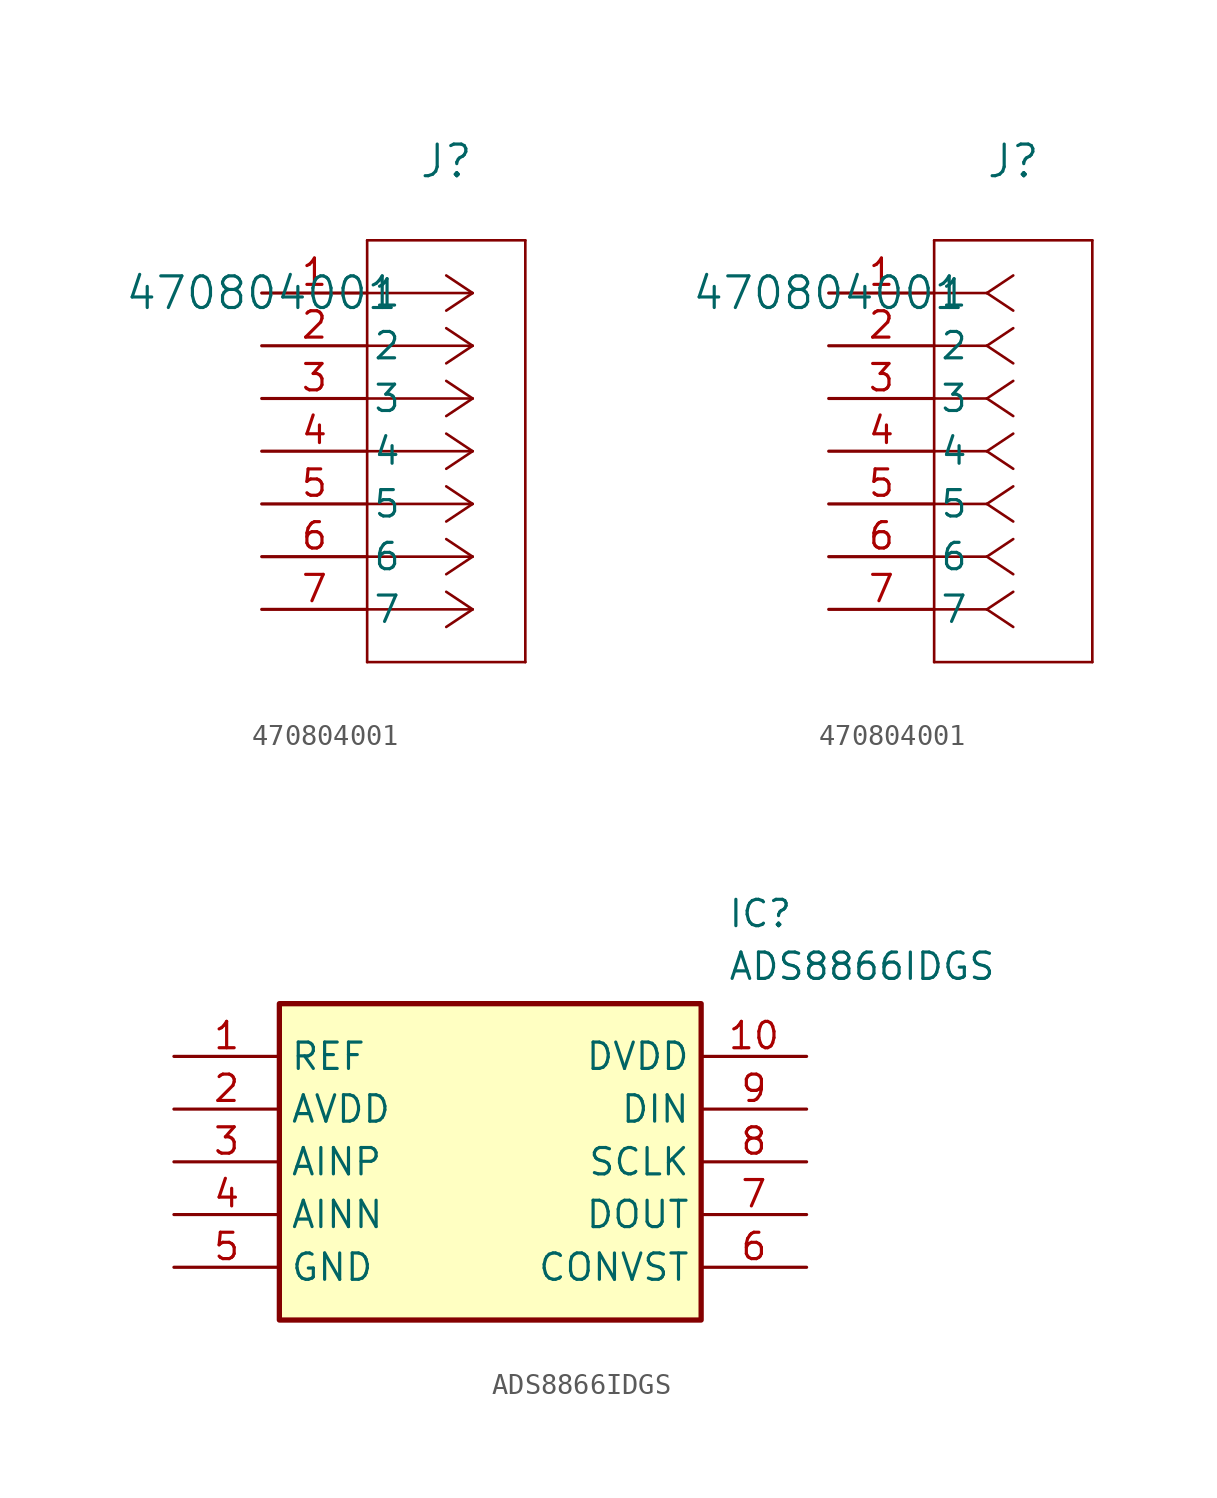
<source format=kicad_sym>
(kicad_symbol_lib
  (version 20220914)
  (generator kicad_symbol_editor)
  (symbol "470804001"
    (pin_names
      (offset 0.254))
    (property "Reference" "J"
      (at 8.89 6.35 0)
      (effects (font (size 1.524 1.524))))
    (property "Value" "470804001"
      (at 0 0 0)
      (effects (font (size 1.524 1.524))))
    (property "ki_locked" ""
      (at 0 0 0)
      (effects (font (size 1.27 1.27))))
    (symbol "470804001_1_1"
      (polyline (pts (xy 5.08 -17.78) (xy 12.7 -17.78)) (stroke (width 0.127) (type default)) (fill (type none)))
      (polyline (pts (xy 5.08 2.54) (xy 5.08 -17.78)) (stroke (width 0.127) (type default)) (fill (type none)))
      (polyline (pts (xy 10.16 -15.24) (xy 5.08 -15.24)) (stroke (width 0.127) (type default)) (fill (type none)))
      (polyline (pts (xy 10.16 -15.24) (xy 8.89 -16.087)) (stroke (width 0.127) (type default)) (fill (type none)))
      (polyline (pts (xy 10.16 -15.24) (xy 8.89 -14.393)) (stroke (width 0.127) (type default)) (fill (type none)))
      (polyline (pts (xy 10.16 -12.7) (xy 5.08 -12.7)) (stroke (width 0.127) (type default)) (fill (type none)))
      (polyline (pts (xy 10.16 -12.7) (xy 8.89 -13.547)) (stroke (width 0.127) (type default)) (fill (type none)))
      (polyline (pts (xy 10.16 -12.7) (xy 8.89 -11.853)) (stroke (width 0.127) (type default)) (fill (type none)))
      (polyline (pts (xy 10.16 -10.16) (xy 5.08 -10.16)) (stroke (width 0.127) (type default)) (fill (type none)))
      (polyline (pts (xy 10.16 -10.16) (xy 8.89 -11.007)) (stroke (width 0.127) (type default)) (fill (type none)))
      (polyline (pts (xy 10.16 -10.16) (xy 8.89 -9.313)) (stroke (width 0.127) (type default)) (fill (type none)))
      (polyline (pts (xy 10.16 -7.62) (xy 5.08 -7.62)) (stroke (width 0.127) (type default)) (fill (type none)))
      (polyline (pts (xy 10.16 -7.62) (xy 8.89 -8.467)) (stroke (width 0.127) (type default)) (fill (type none)))
      (polyline (pts (xy 10.16 -7.62) (xy 8.89 -6.773)) (stroke (width 0.127) (type default)) (fill (type none)))
      (polyline (pts (xy 10.16 -5.08) (xy 5.08 -5.08)) (stroke (width 0.127) (type default)) (fill (type none)))
      (polyline (pts (xy 10.16 -5.08) (xy 8.89 -5.927)) (stroke (width 0.127) (type default)) (fill (type none)))
      (polyline (pts (xy 10.16 -5.08) (xy 8.89 -4.233)) (stroke (width 0.127) (type default)) (fill (type none)))
      (polyline (pts (xy 10.16 -2.54) (xy 5.08 -2.54)) (stroke (width 0.127) (type default)) (fill (type none)))
      (polyline (pts (xy 10.16 -2.54) (xy 8.89 -3.387)) (stroke (width 0.127) (type default)) (fill (type none)))
      (polyline (pts (xy 10.16 -2.54) (xy 8.89 -1.693)) (stroke (width 0.127) (type default)) (fill (type none)))
      (polyline (pts (xy 10.16 0) (xy 5.08 0)) (stroke (width 0.127) (type default)) (fill (type none)))
      (polyline (pts (xy 10.16 0) (xy 8.89 -0.847)) (stroke (width 0.127) (type default)) (fill (type none)))
      (polyline (pts (xy 10.16 0) (xy 8.89 0.847)) (stroke (width 0.127) (type default)) (fill (type none)))
      (polyline (pts (xy 12.7 -17.78) (xy 12.7 2.54)) (stroke (width 0.127) (type default)) (fill (type none)))
      (polyline (pts (xy 12.7 2.54) (xy 5.08 2.54)) (stroke (width 0.127) (type default)) (fill (type none)))
      (pin unspecified line (at 0 0 0) (length 5.08) (name "1" (effects (font (size 1.27 1.27)))) (number "1" (effects (font (size 1.27 1.27)))))
      (pin unspecified line (at 0 -2.54 0) (length 5.08) (name "2" (effects (font (size 1.27 1.27)))) (number "2" (effects (font (size 1.27 1.27)))))
      (pin unspecified line (at 0 -5.08 0) (length 5.08) (name "3" (effects (font (size 1.27 1.27)))) (number "3" (effects (font (size 1.27 1.27)))))
      (pin unspecified line (at 0 -7.62 0) (length 5.08) (name "4" (effects (font (size 1.27 1.27)))) (number "4" (effects (font (size 1.27 1.27)))))
      (pin unspecified line (at 0 -10.16 0) (length 5.08) (name "5" (effects (font (size 1.27 1.27)))) (number "5" (effects (font (size 1.27 1.27)))))
      (pin unspecified line (at 0 -12.7 0) (length 5.08) (name "6" (effects (font (size 1.27 1.27)))) (number "6" (effects (font (size 1.27 1.27)))))
      (pin unspecified line (at 0 -15.24 0) (length 5.08) (name "7" (effects (font (size 1.27 1.27)))) (number "7" (effects (font (size 1.27 1.27))))))
    (symbol "470804001_1_2"
      (polyline (pts (xy 5.08 -17.78) (xy 12.7 -17.78)) (stroke (width 0.127) (type default)) (fill (type none)))
      (polyline (pts (xy 5.08 2.54) (xy 5.08 -17.78)) (stroke (width 0.127) (type default)) (fill (type none)))
      (polyline (pts (xy 7.62 -15.24) (xy 5.08 -15.24)) (stroke (width 0.127) (type default)) (fill (type none)))
      (polyline (pts (xy 7.62 -15.24) (xy 8.89 -16.087)) (stroke (width 0.127) (type default)) (fill (type none)))
      (polyline (pts (xy 7.62 -15.24) (xy 8.89 -14.393)) (stroke (width 0.127) (type default)) (fill (type none)))
      (polyline (pts (xy 7.62 -12.7) (xy 5.08 -12.7)) (stroke (width 0.127) (type default)) (fill (type none)))
      (polyline (pts (xy 7.62 -12.7) (xy 8.89 -13.547)) (stroke (width 0.127) (type default)) (fill (type none)))
      (polyline (pts (xy 7.62 -12.7) (xy 8.89 -11.853)) (stroke (width 0.127) (type default)) (fill (type none)))
      (polyline (pts (xy 7.62 -10.16) (xy 5.08 -10.16)) (stroke (width 0.127) (type default)) (fill (type none)))
      (polyline (pts (xy 7.62 -10.16) (xy 8.89 -11.007)) (stroke (width 0.127) (type default)) (fill (type none)))
      (polyline (pts (xy 7.62 -10.16) (xy 8.89 -9.313)) (stroke (width 0.127) (type default)) (fill (type none)))
      (polyline (pts (xy 7.62 -7.62) (xy 5.08 -7.62)) (stroke (width 0.127) (type default)) (fill (type none)))
      (polyline (pts (xy 7.62 -7.62) (xy 8.89 -8.467)) (stroke (width 0.127) (type default)) (fill (type none)))
      (polyline (pts (xy 7.62 -7.62) (xy 8.89 -6.773)) (stroke (width 0.127) (type default)) (fill (type none)))
      (polyline (pts (xy 7.62 -5.08) (xy 5.08 -5.08)) (stroke (width 0.127) (type default)) (fill (type none)))
      (polyline (pts (xy 7.62 -5.08) (xy 8.89 -5.927)) (stroke (width 0.127) (type default)) (fill (type none)))
      (polyline (pts (xy 7.62 -5.08) (xy 8.89 -4.233)) (stroke (width 0.127) (type default)) (fill (type none)))
      (polyline (pts (xy 7.62 -2.54) (xy 5.08 -2.54)) (stroke (width 0.127) (type default)) (fill (type none)))
      (polyline (pts (xy 7.62 -2.54) (xy 8.89 -3.387)) (stroke (width 0.127) (type default)) (fill (type none)))
      (polyline (pts (xy 7.62 -2.54) (xy 8.89 -1.693)) (stroke (width 0.127) (type default)) (fill (type none)))
      (polyline (pts (xy 7.62 0) (xy 5.08 0)) (stroke (width 0.127) (type default)) (fill (type none)))
      (polyline (pts (xy 7.62 0) (xy 8.89 -0.847)) (stroke (width 0.127) (type default)) (fill (type none)))
      (polyline (pts (xy 7.62 0) (xy 8.89 0.847)) (stroke (width 0.127) (type default)) (fill (type none)))
      (polyline (pts (xy 12.7 -17.78) (xy 12.7 2.54)) (stroke (width 0.127) (type default)) (fill (type none)))
      (polyline (pts (xy 12.7 2.54) (xy 5.08 2.54)) (stroke (width 0.127) (type default)) (fill (type none)))
      (pin unspecified line (at 0 0 0) (length 5.08) (name "1" (effects (font (size 1.27 1.27)))) (number "1" (effects (font (size 1.27 1.27)))))
      (pin unspecified line (at 0 -2.54 0) (length 5.08) (name "2" (effects (font (size 1.27 1.27)))) (number "2" (effects (font (size 1.27 1.27)))))
      (pin unspecified line (at 0 -5.08 0) (length 5.08) (name "3" (effects (font (size 1.27 1.27)))) (number "3" (effects (font (size 1.27 1.27)))))
      (pin unspecified line (at 0 -7.62 0) (length 5.08) (name "4" (effects (font (size 1.27 1.27)))) (number "4" (effects (font (size 1.27 1.27)))))
      (pin unspecified line (at 0 -10.16 0) (length 5.08) (name "5" (effects (font (size 1.27 1.27)))) (number "5" (effects (font (size 1.27 1.27)))))
      (pin unspecified line (at 0 -12.7 0) (length 5.08) (name "6" (effects (font (size 1.27 1.27)))) (number "6" (effects (font (size 1.27 1.27)))))
      (pin unspecified line (at 0 -15.24 0) (length 5.08) (name "7" (effects (font (size 1.27 1.27)))) (number "7" (effects (font (size 1.27 1.27)))))))
  (symbol "ADS8866IDGS"
    (property "Reference" "IC"
      (at 26.67 7.62 0)
      (effects (font (size 1.27 1.27)) (justify left top)))
    (property "Value" "ADS8866IDGS"
      (at 26.67 5.08 0)
      (effects (font (size 1.27 1.27)) (justify left top)))
    (symbol "ADS8866IDGS_1_1"
      (rectangle (start 5.08 2.54) (end 25.4 -12.7) (stroke (width 0.254) (type default)) (fill (type background)))
      (pin passive line (at 0 0 0) (length 5.08) (name "REF" (effects (font (size 1.27 1.27)))) (number "1" (effects (font (size 1.27 1.27)))))
      (pin passive line (at 30.48 0 180) (length 5.08) (name "DVDD" (effects (font (size 1.27 1.27)))) (number "10" (effects (font (size 1.27 1.27)))))
      (pin passive line (at 0 -2.54 0) (length 5.08) (name "AVDD" (effects (font (size 1.27 1.27)))) (number "2" (effects (font (size 1.27 1.27)))))
      (pin passive line (at 0 -5.08 0) (length 5.08) (name "AINP" (effects (font (size 1.27 1.27)))) (number "3" (effects (font (size 1.27 1.27)))))
      (pin passive line (at 0 -7.62 0) (length 5.08) (name "AINN" (effects (font (size 1.27 1.27)))) (number "4" (effects (font (size 1.27 1.27)))))
      (pin passive line (at 0 -10.16 0) (length 5.08) (name "GND" (effects (font (size 1.27 1.27)))) (number "5" (effects (font (size 1.27 1.27)))))
      (pin passive line (at 30.48 -10.16 180) (length 5.08) (name "CONVST" (effects (font (size 1.27 1.27)))) (number "6" (effects (font (size 1.27 1.27)))))
      (pin passive line (at 30.48 -7.62 180) (length 5.08) (name "DOUT" (effects (font (size 1.27 1.27)))) (number "7" (effects (font (size 1.27 1.27)))))
      (pin passive line (at 30.48 -5.08 180) (length 5.08) (name "SCLK" (effects (font (size 1.27 1.27)))) (number "8" (effects (font (size 1.27 1.27)))))
      (pin passive line (at 30.48 -2.54 180) (length 5.08) (name "DIN" (effects (font (size 1.27 1.27)))) (number "9" (effects (font (size 1.27 1.27))))))))
</source>
